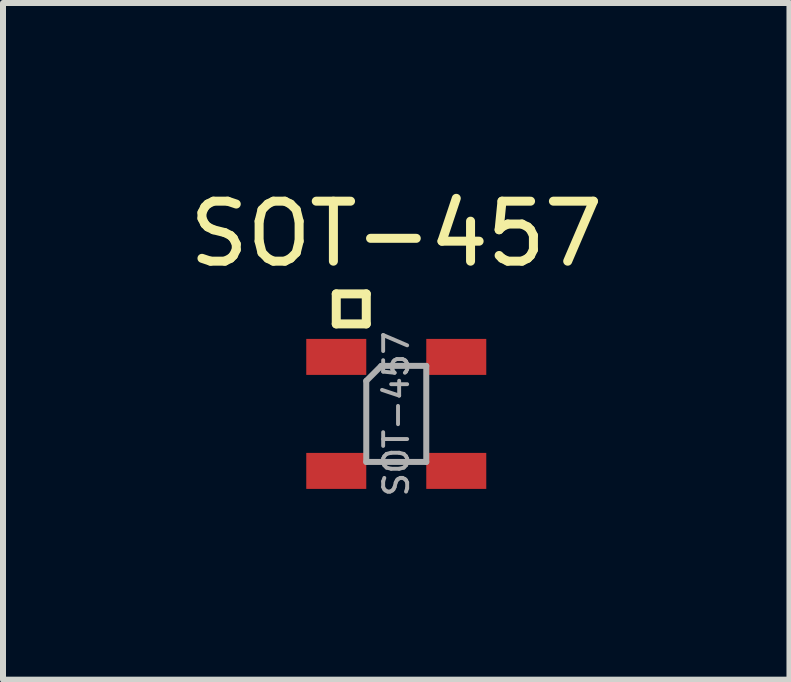
<source format=kicad_pcb>
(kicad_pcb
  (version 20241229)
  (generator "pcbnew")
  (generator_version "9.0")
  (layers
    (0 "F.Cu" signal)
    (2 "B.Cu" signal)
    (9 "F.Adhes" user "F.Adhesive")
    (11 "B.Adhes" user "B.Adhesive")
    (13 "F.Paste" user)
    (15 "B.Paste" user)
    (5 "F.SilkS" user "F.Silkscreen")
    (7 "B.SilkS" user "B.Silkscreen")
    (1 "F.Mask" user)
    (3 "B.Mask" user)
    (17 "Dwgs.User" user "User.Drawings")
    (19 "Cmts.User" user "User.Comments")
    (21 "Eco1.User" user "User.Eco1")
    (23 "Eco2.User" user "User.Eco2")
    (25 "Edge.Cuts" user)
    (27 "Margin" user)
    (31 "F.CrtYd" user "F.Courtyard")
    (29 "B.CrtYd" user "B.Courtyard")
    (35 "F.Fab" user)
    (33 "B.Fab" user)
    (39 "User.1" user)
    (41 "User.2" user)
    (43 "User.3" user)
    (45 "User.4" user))
  (footprint "SOT-457"
    (layer "F.Cu")
    (at 3.554 3.848)
    (property "Reference" "SOT-457" (at 0 -3 0) (layer "F.SilkS") (effects (font (size 1 1) (thickness 0.15))))
    (attr smd)
    (fp_line (start -1 -2) (end -0.5 -2) (stroke (width 0.15) (type solid)) (layer "F.SilkS"))
    (fp_line (start -1 -1.5) (end -1 -2) (stroke (width 0.15) (type solid)) (layer "F.SilkS"))
    (fp_line (start -0.5 -2) (end -0.5 -1.5) (stroke (width 0.15) (type solid)) (layer "F.SilkS"))
    (fp_line (start -0.5 -1.5) (end -1 -1.5) (stroke (width 0.15) (type solid)) (layer "F.SilkS"))
    (fp_line (start -0.5 -0.55) (end -0.5 0.8) (stroke (width 0.1) (type solid)) (layer "F.Fab"))
    (fp_line (start -0.5 0.8) (end 0.5 0.8) (stroke (width 0.1) (type solid)) (layer "F.Fab"))
    (fp_line (start -0.25 -0.8) (end -0.5 -0.55) (stroke (width 0.1) (type solid)) (layer "F.Fab"))
    (fp_line (start 0.5 -0.8) (end -0.25 -0.8) (stroke (width 0.1) (type solid)) (layer "F.Fab"))
    (fp_line (start 0.5 0.8) (end 0.5 -0.8) (stroke (width 0.1) (type solid)) (layer "F.Fab"))
    (fp_text user "${REFERENCE}" (at 0 0 90) (layer "F.Fab") (effects (font (size 0.4 0.4) (thickness 0.065))))
    (pad "1" smd rect (at -1 -0.95 270) (size 0.6 1) (layers "F.Cu" "F.Mask" "F.Paste"))
    (pad "3" smd rect (at -1 0.95 270) (size 0.6 1) (layers "F.Cu" "F.Mask" "F.Paste"))
    (pad "4" smd rect (at 1 0.95 270) (size 0.6 1) (layers "F.Cu" "F.Mask" "F.Paste"))
    (pad "6" smd rect (at 1 -0.95 270) (size 0.6 1) (layers "F.Cu" "F.Mask" "F.Paste")))
  (gr_rect
    (start -3 -3)
    (end 10.107 8.277)
    (stroke (width 0.1) (type default))
    (fill no)
    (layer "Edge.Cuts")))
</source>
